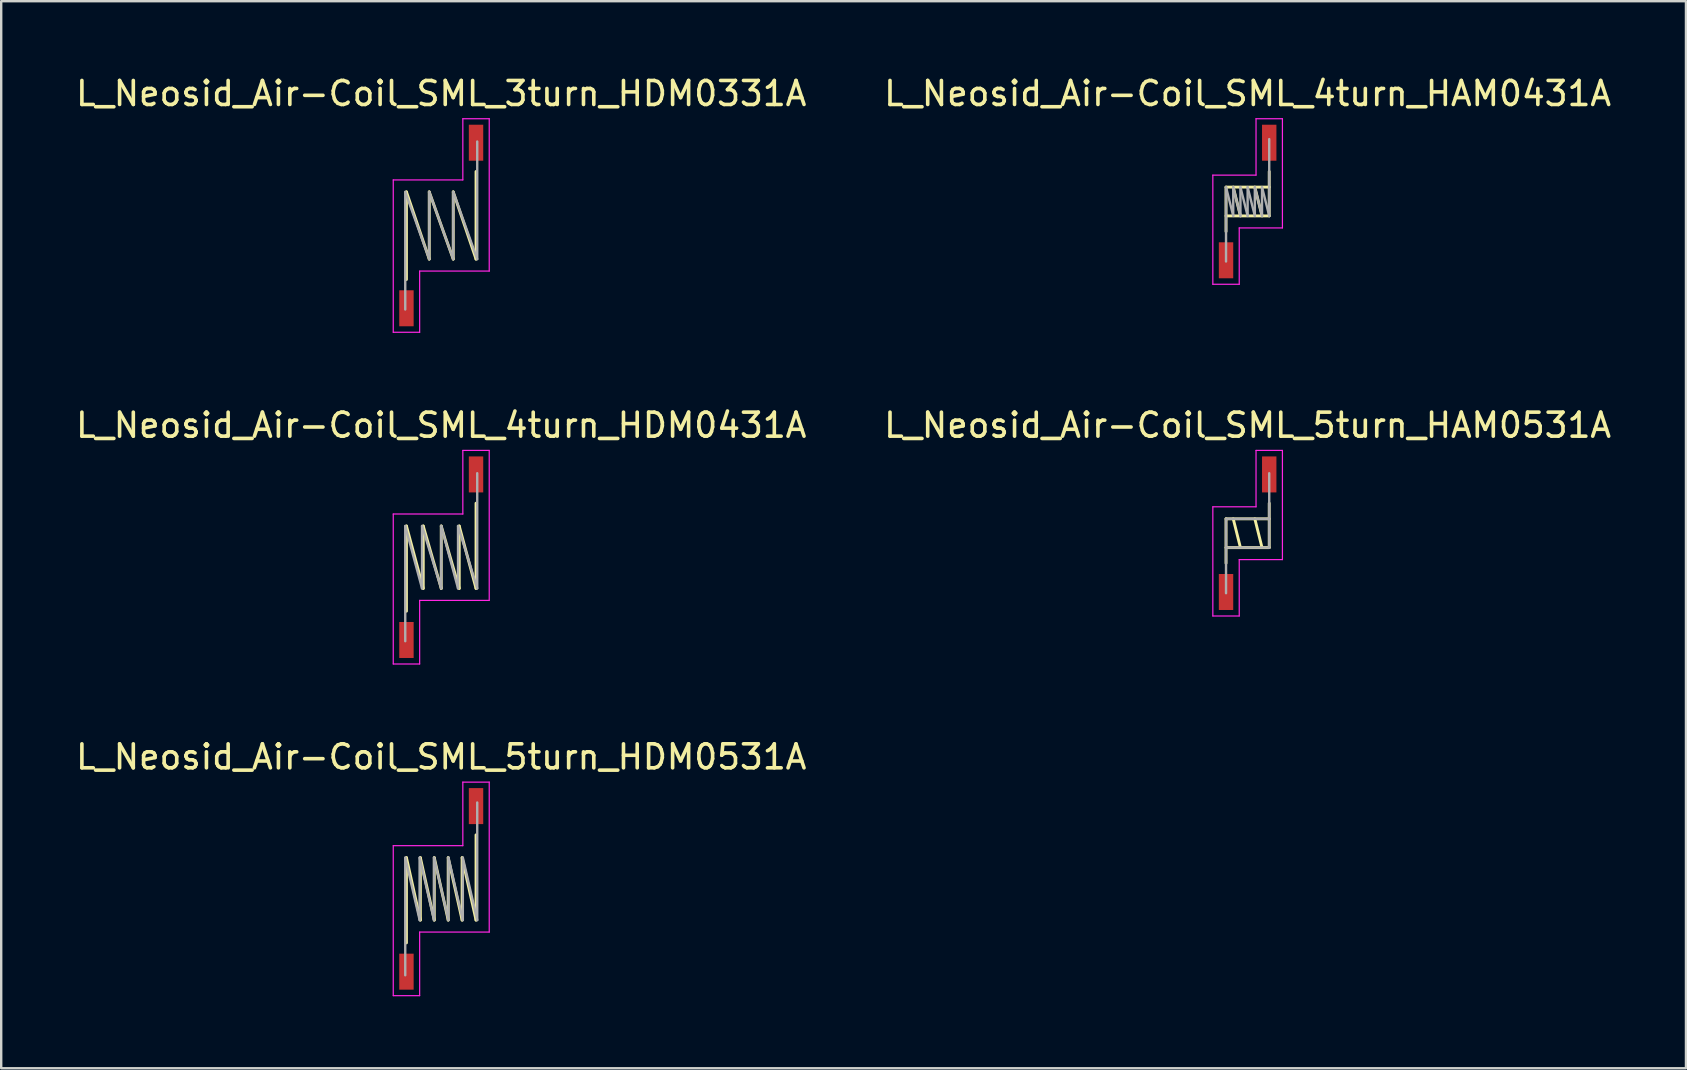
<source format=kicad_pcb>
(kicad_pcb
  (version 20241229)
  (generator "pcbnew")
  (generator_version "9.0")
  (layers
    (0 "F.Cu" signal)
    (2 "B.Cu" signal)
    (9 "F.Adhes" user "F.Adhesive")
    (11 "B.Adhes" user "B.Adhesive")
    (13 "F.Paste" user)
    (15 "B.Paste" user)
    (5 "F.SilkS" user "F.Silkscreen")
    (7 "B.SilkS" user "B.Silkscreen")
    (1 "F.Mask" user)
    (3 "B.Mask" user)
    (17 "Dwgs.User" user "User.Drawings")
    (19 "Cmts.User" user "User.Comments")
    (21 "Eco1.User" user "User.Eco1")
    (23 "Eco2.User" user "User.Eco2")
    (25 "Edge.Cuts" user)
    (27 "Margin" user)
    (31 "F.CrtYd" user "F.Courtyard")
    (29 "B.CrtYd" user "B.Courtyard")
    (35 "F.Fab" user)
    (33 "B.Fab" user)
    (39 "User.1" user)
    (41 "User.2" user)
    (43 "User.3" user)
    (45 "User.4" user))
  (footprint "L_Neosid_Air-Coil_SML_5turn_HAM0531A"
    (layer "F.Cu")
    (at 48.946 19.172)
    (property "Reference" "L_Neosid_Air-Coil_SML_5turn_HAM0531A" (at 0 -4.5 0) (layer "F.SilkS") (effects (font (size 1 1) (thickness 0.15))))
    (attr smd)
    (fp_line (start -0.9 -0.6) (end 0.9 -0.6) (stroke (width 0.12) (type solid)) (layer "F.SilkS"))
    (fp_line (start -0.9 1.25) (end -0.9 -0.6) (stroke (width 0.12) (type solid)) (layer "F.SilkS"))
    (fp_line (start -0.6 -0.6) (end -0.3 0.6) (stroke (width 0.12) (type solid)) (layer "F.SilkS"))
    (fp_line (start 0.3 -0.6) (end 0.6 0.6) (stroke (width 0.12) (type solid)) (layer "F.SilkS"))
    (fp_line (start 0.9 0.6) (end -0.9 0.6) (stroke (width 0.12) (type solid)) (layer "F.SilkS"))
    (fp_line (start 0.9 0.6) (end 0.9 -1.25) (stroke (width 0.12) (type solid)) (layer "F.SilkS"))
    (fp_line (start -1.45 -1.1) (end -1.45 3.45) (stroke (width 0.05) (type solid)) (layer "F.CrtYd"))
    (fp_line (start -1.45 3.45) (end -0.35 3.45) (stroke (width 0.05) (type solid)) (layer "F.CrtYd"))
    (fp_line (start -0.35 1.1) (end 1.45 1.1) (stroke (width 0.05) (type solid)) (layer "F.CrtYd"))
    (fp_line (start -0.35 3.45) (end -0.35 1.1) (stroke (width 0.05) (type solid)) (layer "F.CrtYd"))
    (fp_line (start 0.35 -3.45) (end 0.35 -1.1) (stroke (width 0.05) (type solid)) (layer "F.CrtYd"))
    (fp_line (start 0.35 -1.1) (end -1.45 -1.1) (stroke (width 0.05) (type solid)) (layer "F.CrtYd"))
    (fp_line (start 1.45 -3.45) (end 0.35 -3.45) (stroke (width 0.05) (type solid)) (layer "F.CrtYd"))
    (fp_line (start 1.45 1.1) (end 1.45 -3.45) (stroke (width 0.05) (type solid)) (layer "F.CrtYd"))
    (fp_line (start -0.9 -0.6) (end 0.9 -0.6) (stroke (width 0.1) (type solid)) (layer "F.Fab"))
    (fp_line (start -0.9 2.5) (end -0.9 -0.6) (stroke (width 0.1) (type solid)) (layer "F.Fab"))
    (fp_line (start 0.9 -2.5) (end 0.9 0.6) (stroke (width 0.1) (type solid)) (layer "F.Fab"))
    (fp_line (start 0.9 0.6) (end -0.9 0.6) (stroke (width 0.1) (type solid)) (layer "F.Fab"))
    (pad "1" smd rect (at -0.9 2.45) (size 0.6 1.5) (layers "F.Cu" "F.Mask" "F.Paste"))
    (pad "2" smd rect (at 0.9 -2.45) (size 0.6 1.5) (layers "F.Cu" "F.Mask" "F.Paste")))
  (footprint "L_Neosid_Air-Coil_SML_5turn_HDM0531A"
    (layer "F.Cu")
    (at 15.339 33.995)
    (property "Reference" "L_Neosid_Air-Coil_SML_5turn_HDM0531A" (at 0 -5.5 0) (layer "F.SilkS") (effects (font (size 1 1) (thickness 0.15))))
    (attr smd)
    (fp_line (start -1.45 -1.3) (end -1.45 2.25) (stroke (width 0.12) (type solid)) (layer "F.SilkS"))
    (fp_line (start -1.45 -1.3) (end -0.87 1.3) (stroke (width 0.12) (type solid)) (layer "F.SilkS"))
    (fp_line (start -0.87 -1.3) (end -0.87 1.3) (stroke (width 0.12) (type solid)) (layer "F.SilkS"))
    (fp_line (start -0.87 -1.3) (end -0.29 1.3) (stroke (width 0.12) (type solid)) (layer "F.SilkS"))
    (fp_line (start -0.29 -1.3) (end -0.29 1.3) (stroke (width 0.12) (type solid)) (layer "F.SilkS"))
    (fp_line (start -0.29 -1.3) (end 0.29 1.3) (stroke (width 0.12) (type solid)) (layer "F.SilkS"))
    (fp_line (start 0.29 -1.3) (end 0.29 1.3) (stroke (width 0.12) (type solid)) (layer "F.SilkS"))
    (fp_line (start 0.29 -1.3) (end 0.87 1.3) (stroke (width 0.12) (type solid)) (layer "F.SilkS"))
    (fp_line (start 0.87 -1.3) (end 0.87 1.3) (stroke (width 0.12) (type solid)) (layer "F.SilkS"))
    (fp_line (start 0.87 -1.3) (end 1.45 1.3) (stroke (width 0.12) (type solid)) (layer "F.SilkS"))
    (fp_line (start 1.45 1.3) (end 1.45 -2.25) (stroke (width 0.12) (type solid)) (layer "F.SilkS"))
    (fp_line (start -2 -1.8) (end -2 4.45) (stroke (width 0.05) (type solid)) (layer "F.CrtYd"))
    (fp_line (start -2 4.45) (end -0.9 4.45) (stroke (width 0.05) (type solid)) (layer "F.CrtYd"))
    (fp_line (start -0.9 1.8) (end 2 1.8) (stroke (width 0.05) (type solid)) (layer "F.CrtYd"))
    (fp_line (start -0.9 4.45) (end -0.9 1.8) (stroke (width 0.05) (type solid)) (layer "F.CrtYd"))
    (fp_line (start 0.9 -4.45) (end 0.9 -1.8) (stroke (width 0.05) (type solid)) (layer "F.CrtYd"))
    (fp_line (start 0.9 -1.8) (end -2 -1.8) (stroke (width 0.05) (type solid)) (layer "F.CrtYd"))
    (fp_line (start 2 -4.45) (end 0.9 -4.45) (stroke (width 0.05) (type solid)) (layer "F.CrtYd"))
    (fp_line (start 2 1.8) (end 2 -4.45) (stroke (width 0.05) (type solid)) (layer "F.CrtYd"))
    (fp_line (start -1.5 -1.3) (end -0.9 1.3) (stroke (width 0.1) (type solid)) (layer "F.Fab"))
    (fp_line (start -1.5 3.6) (end -1.5 -1.3) (stroke (width 0.1) (type solid)) (layer "F.Fab"))
    (fp_line (start -0.9 -1.3) (end -0.3 1.3) (stroke (width 0.1) (type solid)) (layer "F.Fab"))
    (fp_line (start -0.9 1.3) (end -0.9 -1.3) (stroke (width 0.1) (type solid)) (layer "F.Fab"))
    (fp_line (start -0.3 -1.3) (end 0.3 1.3) (stroke (width 0.1) (type solid)) (layer "F.Fab"))
    (fp_line (start -0.3 1.3) (end -0.3 -1.3) (stroke (width 0.1) (type solid)) (layer "F.Fab"))
    (fp_line (start 0.3 -1.3) (end 0.9 1.3) (stroke (width 0.1) (type solid)) (layer "F.Fab"))
    (fp_line (start 0.3 1.3) (end 0.3 -1.3) (stroke (width 0.1) (type solid)) (layer "F.Fab"))
    (fp_line (start 0.9 -1.3) (end 1.5 1.3) (stroke (width 0.1) (type solid)) (layer "F.Fab"))
    (fp_line (start 0.9 1.3) (end 0.9 -1.3) (stroke (width 0.1) (type solid)) (layer "F.Fab"))
    (fp_line (start 1.5 1.3) (end 1.5 -3.6) (stroke (width 0.1) (type solid)) (layer "F.Fab"))
    (pad "1" smd rect (at -1.45 3.45) (size 0.6 1.5) (layers "F.Cu" "F.Mask" "F.Paste"))
    (pad "2" smd rect (at 1.45 -3.45) (size 0.6 1.5) (layers "F.Cu" "F.Mask" "F.Paste")))
  (footprint "L_Neosid_Air-Coil_SML_3turn_HDM0331A"
    (layer "F.Cu")
    (at 15.339 6.348)
    (property "Reference" "L_Neosid_Air-Coil_SML_3turn_HDM0331A" (at 0 -5.5 0) (layer "F.SilkS") (effects (font (size 1 1) (thickness 0.15))))
    (attr smd)
    (fp_line (start -1.45 -1.4) (end -1.45 2.25) (stroke (width 0.12) (type solid)) (layer "F.SilkS"))
    (fp_line (start -1.45 -1.4) (end -0.5 1.4) (stroke (width 0.12) (type solid)) (layer "F.SilkS"))
    (fp_line (start -0.5 -1.4) (end -0.5 1.4) (stroke (width 0.12) (type solid)) (layer "F.SilkS"))
    (fp_line (start -0.5 -1.4) (end 0.5 1.4) (stroke (width 0.12) (type solid)) (layer "F.SilkS"))
    (fp_line (start 0.5 -1.4) (end 0.5 1.4) (stroke (width 0.12) (type solid)) (layer "F.SilkS"))
    (fp_line (start 0.5 -1.4) (end 1.45 1.4) (stroke (width 0.12) (type solid)) (layer "F.SilkS"))
    (fp_line (start 1.45 1.4) (end 1.45 -2.25) (stroke (width 0.12) (type solid)) (layer "F.SilkS"))
    (fp_line (start -2 -1.9) (end -2 4.45) (stroke (width 0.05) (type solid)) (layer "F.CrtYd"))
    (fp_line (start -2 4.45) (end -0.9 4.45) (stroke (width 0.05) (type solid)) (layer "F.CrtYd"))
    (fp_line (start -0.9 1.9) (end 2 1.9) (stroke (width 0.05) (type solid)) (layer "F.CrtYd"))
    (fp_line (start -0.9 4.45) (end -0.9 1.9) (stroke (width 0.05) (type solid)) (layer "F.CrtYd"))
    (fp_line (start 0.9 -4.45) (end 0.9 -1.9) (stroke (width 0.05) (type solid)) (layer "F.CrtYd"))
    (fp_line (start 0.9 -1.9) (end -2 -1.9) (stroke (width 0.05) (type solid)) (layer "F.CrtYd"))
    (fp_line (start 2 -4.45) (end 0.9 -4.45) (stroke (width 0.05) (type solid)) (layer "F.CrtYd"))
    (fp_line (start 2 1.9) (end 2 -4.45) (stroke (width 0.05) (type solid)) (layer "F.CrtYd"))
    (fp_line (start -1.5 -1.4) (end -0.5 1.4) (stroke (width 0.1) (type solid)) (layer "F.Fab"))
    (fp_line (start -1.5 3.5) (end -1.5 -1.4) (stroke (width 0.1) (type solid)) (layer "F.Fab"))
    (fp_line (start -0.5 -1.4) (end 0.5 1.4) (stroke (width 0.1) (type solid)) (layer "F.Fab"))
    (fp_line (start -0.5 1.4) (end -0.5 -1.4) (stroke (width 0.1) (type solid)) (layer "F.Fab"))
    (fp_line (start 0.5 -1.4) (end 1.5 1.4) (stroke (width 0.1) (type solid)) (layer "F.Fab"))
    (fp_line (start 0.5 1.4) (end 0.5 -1.4) (stroke (width 0.1) (type solid)) (layer "F.Fab"))
    (fp_line (start 1.5 1.4) (end 1.5 -3.5) (stroke (width 0.1) (type solid)) (layer "F.Fab"))
    (pad "1" smd rect (at -1.45 3.45) (size 0.6 1.5) (layers "F.Cu" "F.Mask" "F.Paste"))
    (pad "2" smd rect (at 1.45 -3.45) (size 0.6 1.5) (layers "F.Cu" "F.Mask" "F.Paste")))
  (footprint "L_Neosid_Air-Coil_SML_4turn_HDM0431A"
    (layer "F.Cu")
    (at 15.339 20.172)
    (property "Reference" "L_Neosid_Air-Coil_SML_4turn_HDM0431A" (at 0 -5.5 0) (layer "F.SilkS") (effects (font (size 1 1) (thickness 0.15))))
    (attr smd)
    (fp_line (start -1.45 -1.3) (end -1.45 2.25) (stroke (width 0.12) (type solid)) (layer "F.SilkS"))
    (fp_line (start -1.45 -1.3) (end -0.75 1.3) (stroke (width 0.12) (type solid)) (layer "F.SilkS"))
    (fp_line (start -0.75 -1.3) (end -0.75 1.3) (stroke (width 0.12) (type solid)) (layer "F.SilkS"))
    (fp_line (start -0.75 -1.3) (end 0 1.3) (stroke (width 0.12) (type solid)) (layer "F.SilkS"))
    (fp_line (start 0 -1.3) (end 0 1.3) (stroke (width 0.12) (type solid)) (layer "F.SilkS"))
    (fp_line (start 0 -1.3) (end 0.75 1.3) (stroke (width 0.12) (type solid)) (layer "F.SilkS"))
    (fp_line (start 0.75 -1.3) (end 0.75 1.3) (stroke (width 0.12) (type solid)) (layer "F.SilkS"))
    (fp_line (start 0.75 -1.3) (end 1.45 1.3) (stroke (width 0.12) (type solid)) (layer "F.SilkS"))
    (fp_line (start 1.45 1.3) (end 1.45 -2.25) (stroke (width 0.12) (type solid)) (layer "F.SilkS"))
    (fp_line (start -2 -1.8) (end -2 4.45) (stroke (width 0.05) (type solid)) (layer "F.CrtYd"))
    (fp_line (start -2 4.45) (end -0.9 4.45) (stroke (width 0.05) (type solid)) (layer "F.CrtYd"))
    (fp_line (start -0.9 1.8) (end 2 1.8) (stroke (width 0.05) (type solid)) (layer "F.CrtYd"))
    (fp_line (start -0.9 4.45) (end -0.9 1.8) (stroke (width 0.05) (type solid)) (layer "F.CrtYd"))
    (fp_line (start 0.9 -4.45) (end 0.9 -1.8) (stroke (width 0.05) (type solid)) (layer "F.CrtYd"))
    (fp_line (start 0.9 -1.8) (end -2 -1.8) (stroke (width 0.05) (type solid)) (layer "F.CrtYd"))
    (fp_line (start 2 -4.45) (end 0.9 -4.45) (stroke (width 0.05) (type solid)) (layer "F.CrtYd"))
    (fp_line (start 2 1.8) (end 2 -4.45) (stroke (width 0.05) (type solid)) (layer "F.CrtYd"))
    (fp_line (start -1.5 -1.3) (end -0.8 1.3) (stroke (width 0.1) (type solid)) (layer "F.Fab"))
    (fp_line (start -1.5 3.5) (end -1.5 -1.3) (stroke (width 0.1) (type solid)) (layer "F.Fab"))
    (fp_line (start -0.8 -1.3) (end 0 1.3) (stroke (width 0.1) (type solid)) (layer "F.Fab"))
    (fp_line (start -0.8 1.3) (end -0.8 -1.3) (stroke (width 0.1) (type solid)) (layer "F.Fab"))
    (fp_line (start 0 -1.3) (end 0.7 1.3) (stroke (width 0.1) (type solid)) (layer "F.Fab"))
    (fp_line (start 0 1.3) (end 0 -1.3) (stroke (width 0.1) (type solid)) (layer "F.Fab"))
    (fp_line (start 0.7 -1.3) (end 1.5 1.3) (stroke (width 0.1) (type solid)) (layer "F.Fab"))
    (fp_line (start 0.7 1.3) (end 0.7 -1.3) (stroke (width 0.1) (type solid)) (layer "F.Fab"))
    (fp_line (start 1.5 1.3) (end 1.5 -3.5) (stroke (width 0.1) (type solid)) (layer "F.Fab"))
    (pad "1" smd rect (at -1.45 3.45) (size 0.6 1.5) (layers "F.Cu" "F.Mask" "F.Paste"))
    (pad "2" smd rect (at 1.45 -3.45) (size 0.6 1.5) (layers "F.Cu" "F.Mask" "F.Paste")))
  (footprint "L_Neosid_Air-Coil_SML_4turn_HAM0431A"
    (layer "F.Cu")
    (at 48.946 5.348)
    (property "Reference" "L_Neosid_Air-Coil_SML_4turn_HAM0431A" (at 0 -4.5 0) (layer "F.SilkS") (effects (font (size 1 1) (thickness 0.15))))
    (attr smd)
    (fp_line (start -0.9 -0.6) (end 0.9 -0.6) (stroke (width 0.12) (type solid)) (layer "F.SilkS"))
    (fp_line (start -0.9 1.25) (end -0.9 -0.6) (stroke (width 0.12) (type solid)) (layer "F.SilkS"))
    (fp_line (start -0.6 -0.6) (end -0.3 0.6) (stroke (width 0.12) (type solid)) (layer "F.SilkS"))
    (fp_line (start 0.3 -0.6) (end 0.6 0.6) (stroke (width 0.12) (type solid)) (layer "F.SilkS"))
    (fp_line (start 0.9 0.6) (end -0.9 0.6) (stroke (width 0.12) (type solid)) (layer "F.SilkS"))
    (fp_line (start 0.9 0.6) (end 0.9 -1.25) (stroke (width 0.12) (type solid)) (layer "F.SilkS"))
    (fp_line (start -1.45 -1.1) (end -1.45 3.45) (stroke (width 0.05) (type solid)) (layer "F.CrtYd"))
    (fp_line (start -1.45 3.45) (end -0.35 3.45) (stroke (width 0.05) (type solid)) (layer "F.CrtYd"))
    (fp_line (start -0.35 1.1) (end 1.45 1.1) (stroke (width 0.05) (type solid)) (layer "F.CrtYd"))
    (fp_line (start -0.35 3.45) (end -0.35 1.1) (stroke (width 0.05) (type solid)) (layer "F.CrtYd"))
    (fp_line (start 0.35 -3.45) (end 0.35 -1.1) (stroke (width 0.05) (type solid)) (layer "F.CrtYd"))
    (fp_line (start 0.35 -1.1) (end -1.45 -1.1) (stroke (width 0.05) (type solid)) (layer "F.CrtYd"))
    (fp_line (start 1.45 -3.45) (end 0.35 -3.45) (stroke (width 0.05) (type solid)) (layer "F.CrtYd"))
    (fp_line (start 1.45 1.1) (end 1.45 -3.45) (stroke (width 0.05) (type solid)) (layer "F.CrtYd"))
    (fp_line (start -0.9 -0.6) (end -0.6 0.6) (stroke (width 0.1) (type solid)) (layer "F.Fab"))
    (fp_line (start -0.9 2.5) (end -0.9 -0.6) (stroke (width 0.1) (type solid)) (layer "F.Fab"))
    (fp_line (start -0.6 -0.6) (end -0.3 0.6) (stroke (width 0.1) (type solid)) (layer "F.Fab"))
    (fp_line (start -0.6 0.6) (end -0.6 -0.6) (stroke (width 0.1) (type solid)) (layer "F.Fab"))
    (fp_line (start -0.3 -0.6) (end 0 0.6) (stroke (width 0.1) (type solid)) (layer "F.Fab"))
    (fp_line (start -0.3 0.6) (end -0.3 -0.6) (stroke (width 0.1) (type solid)) (layer "F.Fab"))
    (fp_line (start 0 0.6) (end 0 -0.6) (stroke (width 0.1) (type solid)) (layer "F.Fab"))
    (fp_line (start 0.3 -0.6) (end 0.3 0.6) (stroke (width 0.1) (type solid)) (layer "F.Fab"))
    (fp_line (start 0.3 -0.6) (end 0.6 0.6) (stroke (width 0.1) (type solid)) (layer "F.Fab"))
    (fp_line (start 0.3 0.6) (end 0 -0.6) (stroke (width 0.1) (type solid)) (layer "F.Fab"))
    (fp_line (start 0.6 -0.6) (end 0.9 0.6) (stroke (width 0.1) (type solid)) (layer "F.Fab"))
    (fp_line (start 0.6 0.6) (end 0.6 -0.6) (stroke (width 0.1) (type solid)) (layer "F.Fab"))
    (fp_line (start 0.9 0.6) (end 0.9 -2.6) (stroke (width 0.1) (type solid)) (layer "F.Fab"))
    (pad "1" smd rect (at -0.9 2.45) (size 0.6 1.5) (layers "F.Cu" "F.Mask" "F.Paste"))
    (pad "2" smd rect (at 0.9 -2.45) (size 0.6 1.5) (layers "F.Cu" "F.Mask" "F.Paste")))
  (gr_rect
    (start -3 -3)
    (end 67.214 41.47)
    (stroke (width 0.1) (type default))
    (fill no)
    (layer "Edge.Cuts")))
</source>
